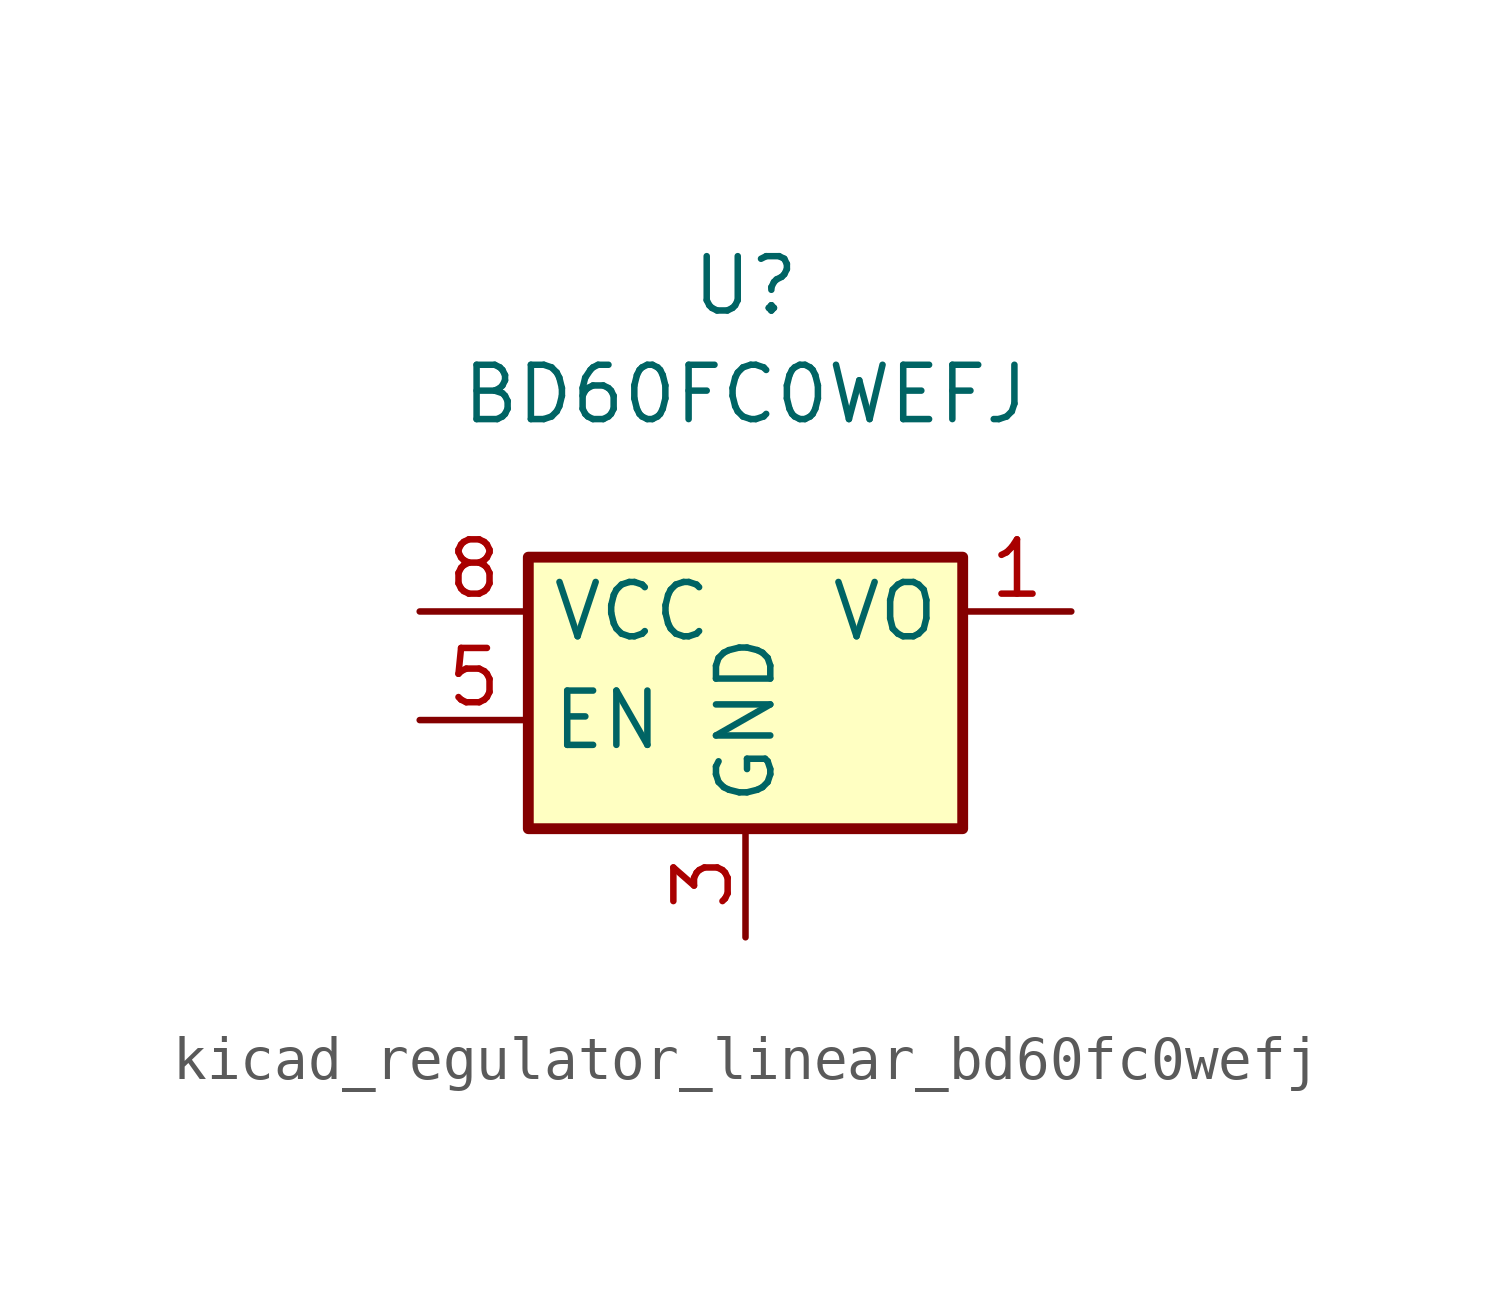
<source format=kicad_sym>
(kicad_symbol_lib
  (version 20220914)
  (generator kicad_symbol_editor)
  (symbol "kicad_regulator_linear_bd60fc0wefj"
    (property "Reference" "U"
      (at 0 7.62 0)
      (effects (font (size 1.27 1.27))))
    (property "Value" "BD60FC0WEFJ"
      (at 0 5.08 0)
      (effects (font (size 1.27 1.27))))
    (symbol "kicad_regulator_linear_bd60fc0wefj_1_1"
      (rectangle (start -5.08 -5.08) (end 5.08 1.27) (stroke (width 0.254) (type default)) (fill (type background)))
      (pin power_out line (at 7.62 0 180) (length 2.54) (name "VO" (effects (font (size 1.27 1.27)))) (number "1" (effects (font (size 1.27 1.27)))))
      (pin no_connect line (at 5.08 -2.54 180) (length 2.54) hide (name "NC" (effects (font (size 1.27 1.27)))) (number "2" (effects (font (size 1.27 1.27)))))
      (pin power_in line (at 0 -7.62 90) (length 2.54) (name "GND" (effects (font (size 1.27 1.27)))) (number "3" (effects (font (size 1.27 1.27)))))
      (pin no_connect line (at -3.81 -5.08 90) (length 2.54) hide (name "NC" (effects (font (size 1.27 1.27)))) (number "4" (effects (font (size 1.27 1.27)))))
      (pin input line (at -7.62 -2.54 0) (length 2.54) (name "EN" (effects (font (size 1.27 1.27)))) (number "5" (effects (font (size 1.27 1.27)))))
      (pin no_connect line (at -2.54 -5.08 90) (length 2.54) hide (name "NC" (effects (font (size 1.27 1.27)))) (number "6" (effects (font (size 1.27 1.27)))))
      (pin no_connect line (at -1.27 -5.08 90) (length 2.54) hide (name "NC" (effects (font (size 1.27 1.27)))) (number "7" (effects (font (size 1.27 1.27)))))
      (pin power_in line (at -7.62 0 0) (length 2.54) (name "VCC" (effects (font (size 1.27 1.27)))) (number "8" (effects (font (size 1.27 1.27)))))
      (pin passive line (at 0 -7.62 90) (length 2.54) hide (name "GND" (effects (font (size 1.27 1.27)))) (number "9" (effects (font (size 1.27 1.27))))))))
</source>
